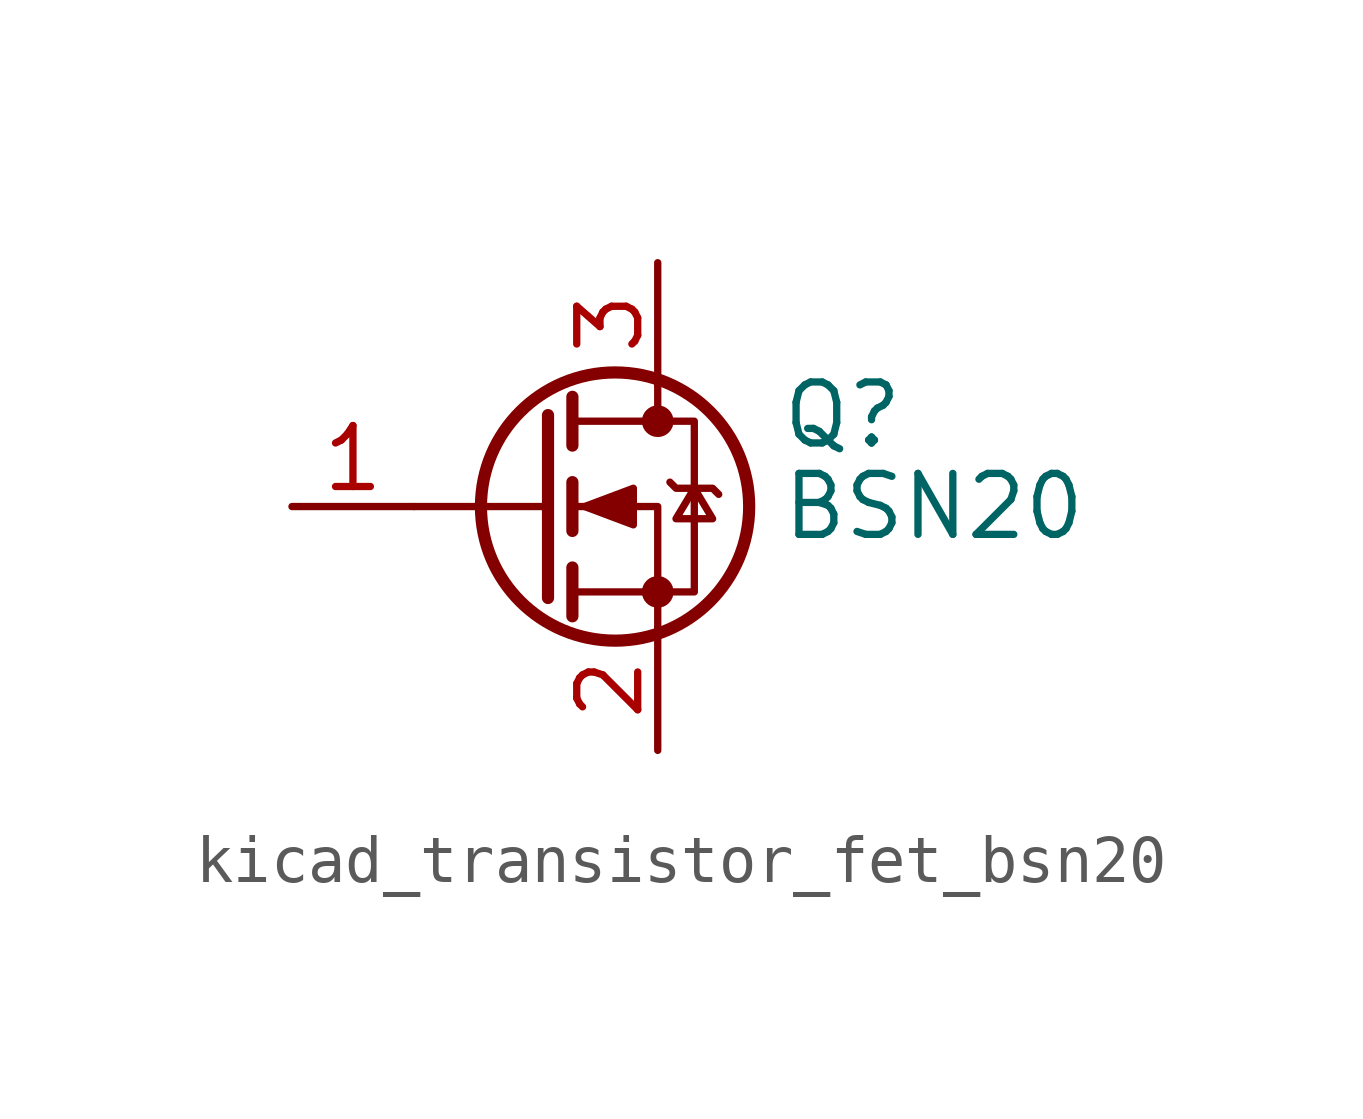
<source format=kicad_sym>
(kicad_symbol_lib
  (version 20220914)
  (generator kicad_symbol_editor)
  (symbol "kicad_transistor_fet_bsn20"
    (pin_names hide)
    (property "Reference" "Q"
      (at 5.08 1.905 0)
      (effects (font (size 1.27 1.27)) (justify left)))
    (property "Value" "BSN20"
      (at 5.08 0 0)
      (effects (font (size 1.27 1.27)) (justify left)))
    (symbol "kicad_transistor_fet_bsn20_0_1"
      (polyline (pts (xy 0.254 0) (xy -2.54 0)) (stroke (width 0) (type default)) (fill (type none)))
      (polyline (pts (xy 0.254 1.905) (xy 0.254 -1.905)) (stroke (width 0.254) (type default)) (fill (type none)))
      (polyline (pts (xy 0.762 -1.27) (xy 0.762 -2.286)) (stroke (width 0.254) (type default)) (fill (type none)))
      (polyline (pts (xy 0.762 0.508) (xy 0.762 -0.508)) (stroke (width 0.254) (type default)) (fill (type none)))
      (polyline (pts (xy 0.762 2.286) (xy 0.762 1.27)) (stroke (width 0.254) (type default)) (fill (type none)))
      (polyline (pts (xy 2.54 2.54) (xy 2.54 1.778)) (stroke (width 0) (type default)) (fill (type none)))
      (polyline (pts (xy 2.54 -2.54) (xy 2.54 0) (xy 0.762 0)) (stroke (width 0) (type default)) (fill (type none)))
      (polyline (pts (xy 0.762 -1.778) (xy 3.302 -1.778) (xy 3.302 1.778) (xy 0.762 1.778)) (stroke (width 0) (type default)) (fill (type none)))
      (polyline (pts (xy 1.016 0) (xy 2.032 0.381) (xy 2.032 -0.381) (xy 1.016 0)) (stroke (width 0) (type default)) (fill (type outline)))
      (polyline (pts (xy 2.794 0.508) (xy 2.921 0.381) (xy 3.683 0.381) (xy 3.81 0.254)) (stroke (width 0) (type default)) (fill (type none)))
      (polyline (pts (xy 3.302 0.381) (xy 2.921 -0.254) (xy 3.683 -0.254) (xy 3.302 0.381)) (stroke (width 0) (type default)) (fill (type none)))
      (circle (center 1.651 0) (radius 2.794) (stroke (width 0.254) (type default)) (fill (type none)))
      (circle (center 2.54 -1.778) (radius 0.254) (stroke (width 0) (type default)) (fill (type outline)))
      (circle (center 2.54 1.778) (radius 0.254) (stroke (width 0) (type default)) (fill (type outline))))
    (symbol "kicad_transistor_fet_bsn20_1_1"
      (pin input line (at -5.08 0 0) (length 2.54) (name "G" (effects (font (size 1.27 1.27)))) (number "1" (effects (font (size 1.27 1.27)))))
      (pin passive line (at 2.54 -5.08 90) (length 2.54) (name "S" (effects (font (size 1.27 1.27)))) (number "2" (effects (font (size 1.27 1.27)))))
      (pin passive line (at 2.54 5.08 270) (length 2.54) (name "D" (effects (font (size 1.27 1.27)))) (number "3" (effects (font (size 1.27 1.27))))))))
</source>
